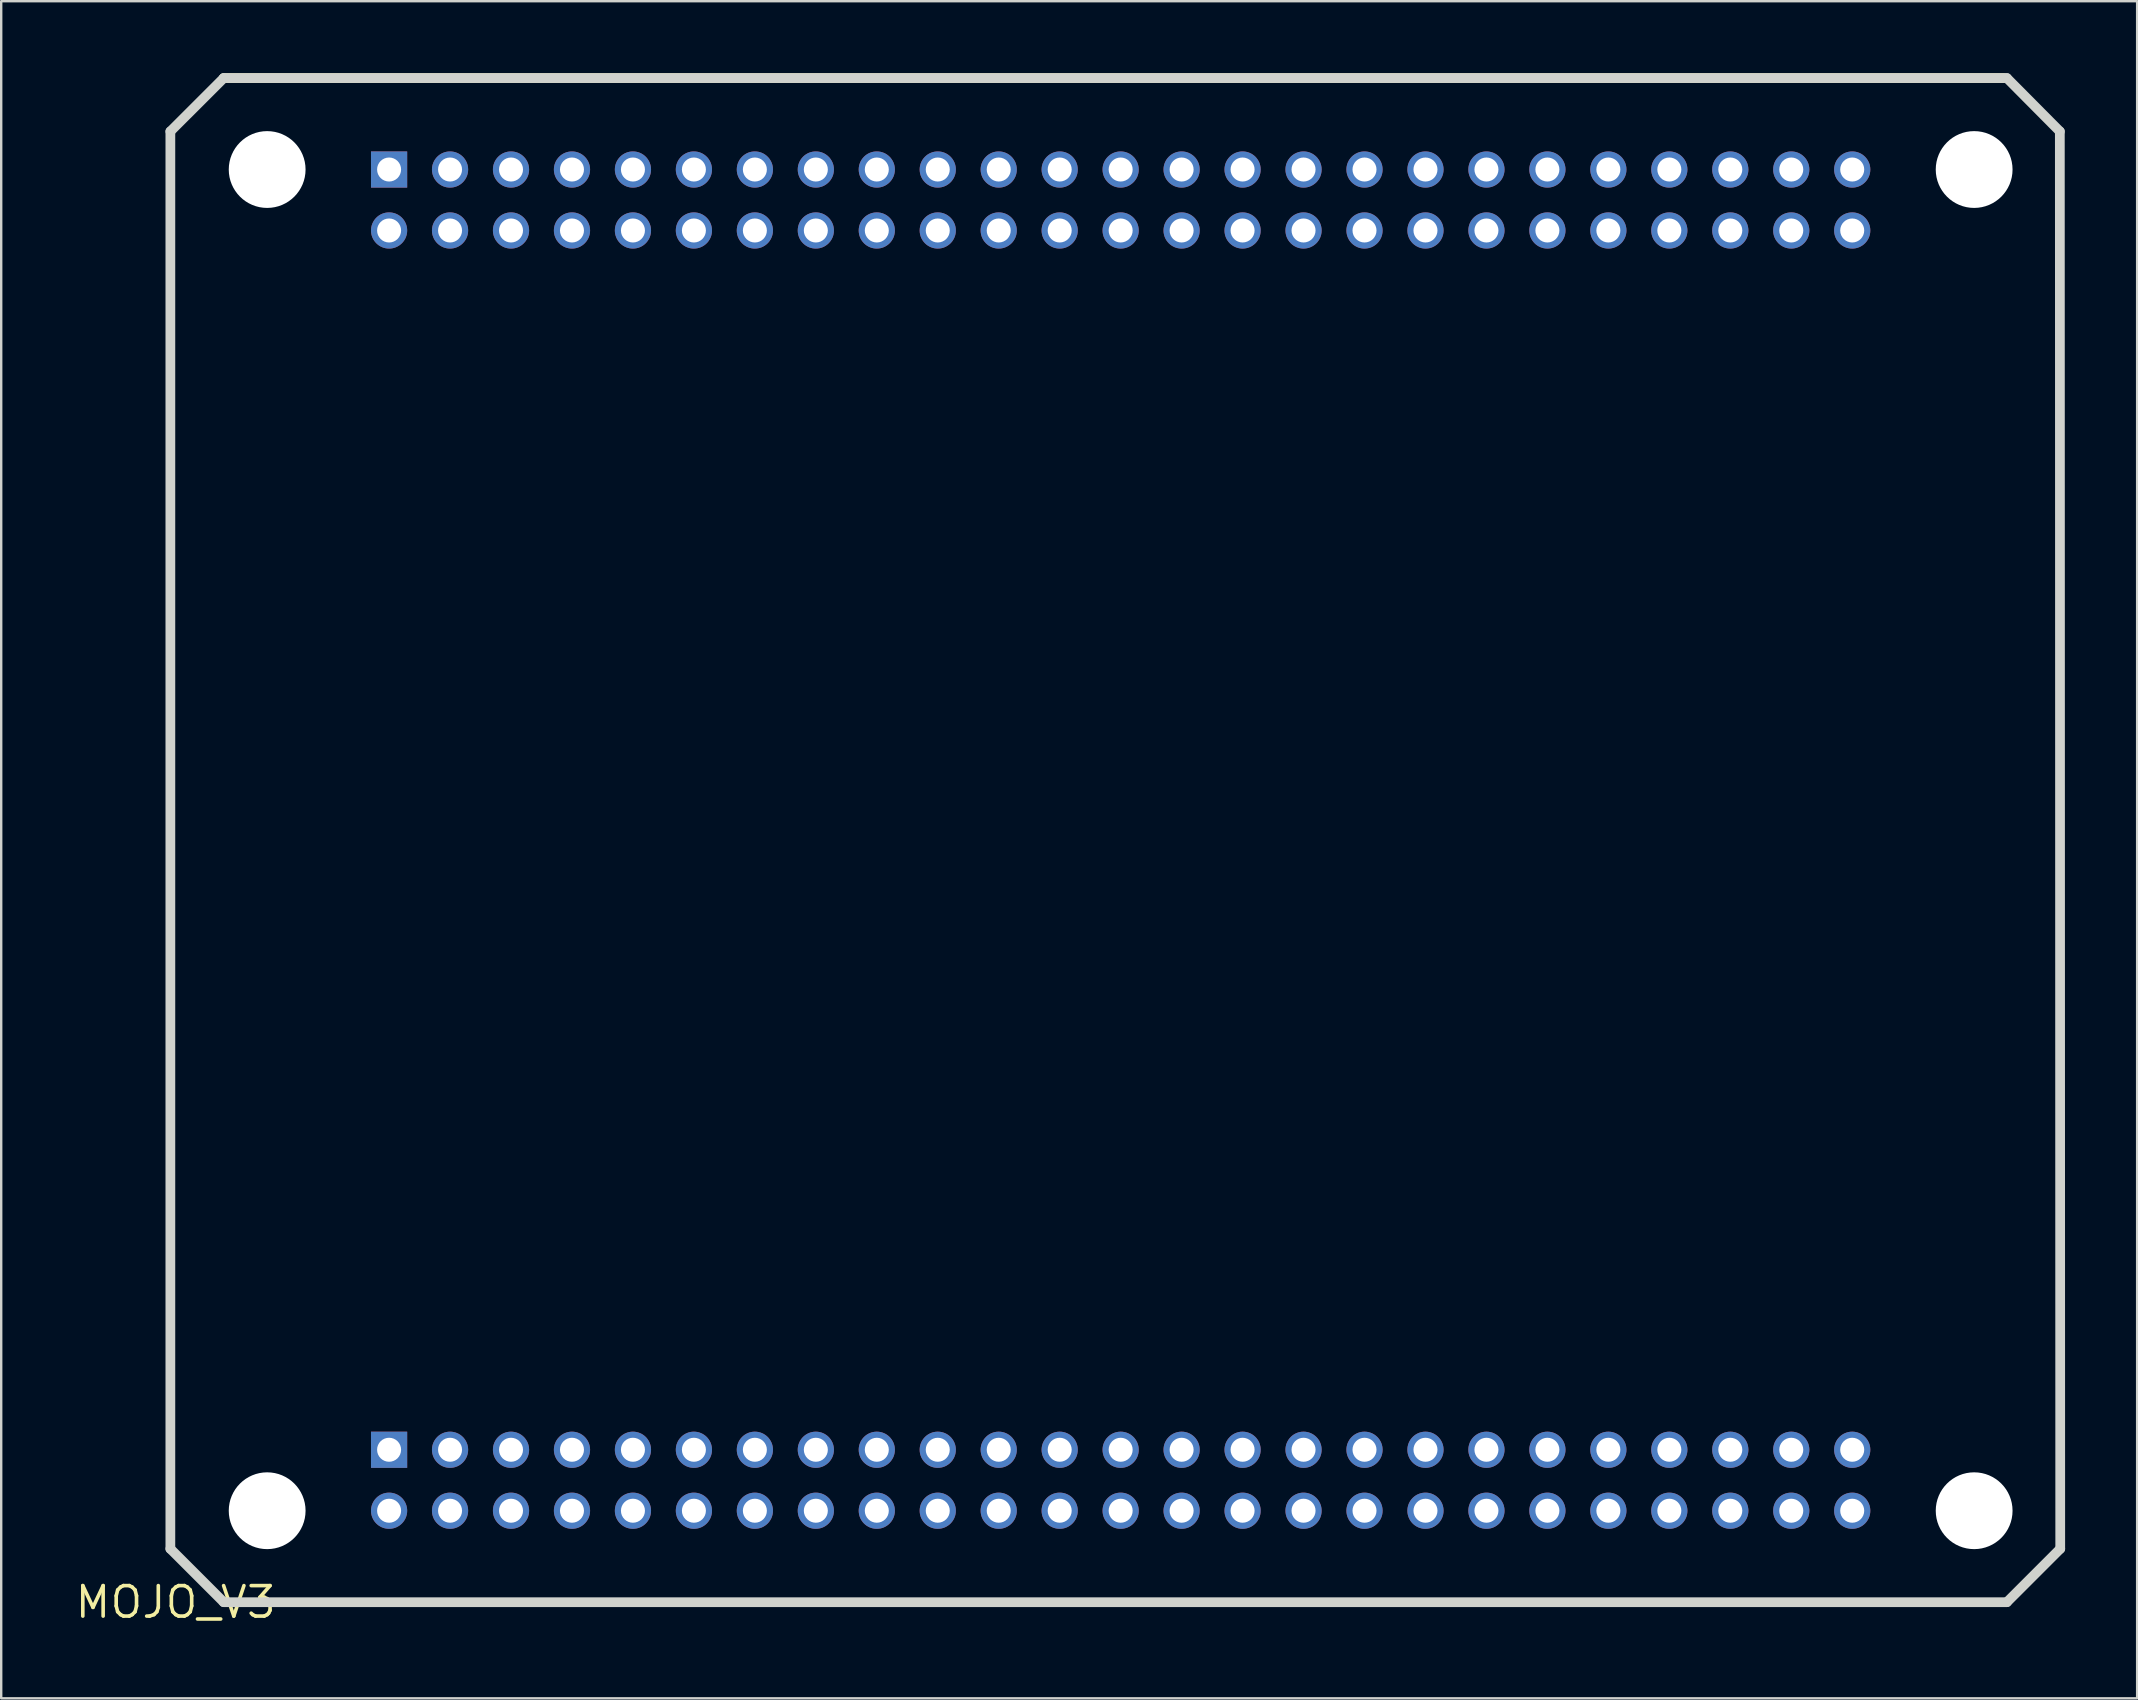
<source format=kicad_pcb>
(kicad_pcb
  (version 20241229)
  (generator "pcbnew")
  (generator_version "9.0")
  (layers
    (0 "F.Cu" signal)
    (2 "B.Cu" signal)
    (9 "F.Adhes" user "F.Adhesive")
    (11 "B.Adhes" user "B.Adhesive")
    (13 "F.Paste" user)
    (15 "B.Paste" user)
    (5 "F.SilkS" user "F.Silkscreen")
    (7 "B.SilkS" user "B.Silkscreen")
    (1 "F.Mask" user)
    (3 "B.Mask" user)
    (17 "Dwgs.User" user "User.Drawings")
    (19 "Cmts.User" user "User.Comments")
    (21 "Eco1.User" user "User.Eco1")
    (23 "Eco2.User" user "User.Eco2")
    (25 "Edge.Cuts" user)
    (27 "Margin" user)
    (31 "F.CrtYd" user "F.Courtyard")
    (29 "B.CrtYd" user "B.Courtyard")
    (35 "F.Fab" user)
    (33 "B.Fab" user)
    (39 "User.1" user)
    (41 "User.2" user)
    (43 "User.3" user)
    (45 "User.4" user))
  (footprint "MOJO_V3"
    (layer "F.Cu")
    (at 4.271 63.703)
    (property "Reference" "MOJO_V3" (at 0 0 0) (unlocked yes) (layer "F.SilkS") (effects (font (size 1.27 1.27) (thickness 0.15))))
    (fp_circle (center 3.81 -59.69) (end 6.1 -59.69) (stroke (width 0.61) (type solid)) (fill no) (layer "F.Mask"))
    (fp_circle (center 3.81 -3.81) (end 6.1 -3.81) (stroke (width 0.61) (type solid)) (fill no) (layer "F.Mask"))
    (fp_circle (center 74.93 -59.69) (end 77.22 -59.69) (stroke (width 0.61) (type solid)) (fill no) (layer "F.Mask"))
    (fp_circle (center 74.93 -3.81) (end 77.22 -3.81) (stroke (width 0.61) (type solid)) (fill no) (layer "F.Mask"))
    (fp_circle (center 3.81 -59.69) (end 6.1 -59.69) (stroke (width 0.61) (type solid)) (fill no) (layer "B.Mask"))
    (fp_circle (center 3.81 -3.81) (end 6.1 -3.81) (stroke (width 0.61) (type solid)) (fill no) (layer "B.Mask"))
    (fp_circle (center 74.93 -59.69) (end 77.22 -59.69) (stroke (width 0.61) (type solid)) (fill no) (layer "B.Mask"))
    (fp_circle (center 74.93 -3.81) (end 77.22 -3.81) (stroke (width 0.61) (type solid)) (fill no) (layer "B.Mask"))
    (fp_line (start 76.165 -63.5) (end 2 -63.5) (stroke (width 0.406) (type solid)) (layer "F.SilkS"))
    (fp_line (start -0.223 -61.278) (end -0.223 -2.223) (stroke (width 0.406) (type solid)) (layer "Edge.Cuts"))
    (fp_line (start -0.223 -2.223) (end 2 0) (stroke (width 0.406) (type solid)) (layer "Edge.Cuts"))
    (fp_line (start 2 -63.5) (end -0.223 -61.278) (stroke (width 0.406) (type solid)) (layer "Edge.Cuts"))
    (fp_line (start 2 0) (end 76.295 0) (stroke (width 0.406) (type solid)) (layer "Edge.Cuts"))
    (fp_line (start 76.295 -63.5) (end 2 -63.5) (stroke (width 0.406) (type solid)) (layer "Edge.Cuts"))
    (fp_line (start 76.295 0) (end 78.517 -2.223) (stroke (width 0.406) (type solid)) (layer "Edge.Cuts"))
    (fp_line (start 78.5 -61.278) (end 76.295 -63.5) (stroke (width 0.406) (type solid)) (layer "Edge.Cuts"))
    (fp_line (start 78.517 -2.223) (end 78.5 -61.278) (stroke (width 0.406) (type solid)) (layer "Edge.Cuts"))
    (fp_text user "124" (at 68.862 -61.403 0) (layer "F.Mask") (effects (font (size 0.666 0.666) (thickness 0.146)) (justify left bottom)))
    (fp_text user "27" (at 26.035 -61.403 0) (layer "F.Mask") (effects (font (size 0.666 0.666) (thickness 0.146)) (justify left bottom)))
    (fp_text user "119" (at 58.635 -8.062 0) (layer "F.Mask") (effects (font (size 0.666 0.666) (thickness 0.146)) (justify left bottom)))
    (fp_text user "117" (at 56.095 -8.062 0) (layer "F.Mask") (effects (font (size 0.666 0.666) (thickness 0.146)) (justify left bottom)))
    (fp_text user "14" (at 36.195 -54.61 0) (layer "F.Mask") (effects (font (size 0.666 0.666) (thickness 0.146)) (justify left bottom)))
    (fp_text user "88" (at 33.615 -8.062 0) (layer "F.Mask") (effects (font (size 0.666 0.666) (thickness 0.146)) (justify left bottom)))
    (fp_text user "24" (at 28.575 -61.403 0) (layer "F.Mask") (effects (font (size 0.666 0.666) (thickness 0.146)) (justify left bottom)))
    (fp_text user "GND" (at 68.862 -1.27 0) (layer "F.Mask") (effects (font (size 0.666 0.666) (thickness 0.146)) (justify left bottom)))
    (fp_text user "92" (at 36.155 -1.27 0) (layer "F.Mask") (effects (font (size 0.666 0.666) (thickness 0.146)) (justify left bottom)))
    (fp_text user "115" (at 53.555 -8.062 0) (layer "F.Mask") (effects (font (size 0.666 0.666) (thickness 0.146)) (justify left bottom)))
    (fp_text user "50" (at 13.335 -54.61 0) (layer "F.Mask") (effects (font (size 0.666 0.666) (thickness 0.146)) (justify left bottom)))
    (fp_text user "142" (at 53.595 -61.403 0) (layer "F.Mask") (effects (font (size 0.666 0.666) (thickness 0.146)) (justify left bottom)))
    (fp_text user "6" (at 46.672 -61.403 0) (layer "F.Mask") (effects (font (size 0.666 0.666) (thickness 0.146)) (justify left bottom)))
    (fp_text user "35" (at 18.415 -61.403 0) (layer "F.Mask") (effects (font (size 0.666 0.666) (thickness 0.146)) (justify left bottom)))
    (fp_text user "138" (at 58.675 -61.403 0) (layer "F.Mask") (effects (font (size 0.666 0.666) (thickness 0.146)) (justify left bottom)))
    (fp_text user "116" (at 56.095 -1.27 0) (layer "F.Mask") (effects (font (size 0.666 0.666) (thickness 0.146)) (justify left bottom)))
    (fp_text user "RAW" (at 7.87 -1.27 0) (layer "F.Mask") (effects (font (size 0.666 0.666) (thickness 0.146)) (justify left bottom)))
    (fp_text user "74" (at 20.915 -1.27 0) (layer "F.Mask") (effects (font (size 0.666 0.666) (thickness 0.146)) (justify left bottom)))
    (fp_text user "57" (at 15.835 -1.27 0) (layer "F.Mask") (effects (font (size 0.666 0.666) (thickness 0.146)) (justify left bottom)))
    (fp_text user "101" (at 45.935 -1.27 0) (layer "F.Mask") (effects (font (size 0.666 0.666) (thickness 0.146)) (justify left bottom)))
    (fp_text user "32" (at 20.955 -54.61 0) (layer "F.Mask") (effects (font (size 0.666 0.666) (thickness 0.146)) (justify left bottom)))
    (fp_text user "105" (at 48.475 -8.062 0) (layer "F.Mask") (effects (font (size 0.666 0.666) (thickness 0.146)) (justify left bottom)))
    (fp_text user "+V" (at 10.727 -1.27 0) (layer "F.Mask") (effects (font (size 0.666 0.666) (thickness 0.146)) (justify left bottom)))
    (fp_text user "26" (at 26.035 -54.61 0) (layer "F.Mask") (effects (font (size 0.666 0.666) (thickness 0.146)) (justify left bottom)))
    (fp_text user "140" (at 56.135 -61.403 0) (layer "F.Mask") (effects (font (size 0.666 0.666) (thickness 0.146)) (justify left bottom)))
    (fp_text user "40" (at 15.875 -54.61 0) (layer "F.Mask") (effects (font (size 0.666 0.666) (thickness 0.146)) (justify left bottom)))
    (fp_text user "97" (at 41.235 -1.27 0) (layer "F.Mask") (effects (font (size 0.666 0.666) (thickness 0.146)) (justify left bottom)))
    (fp_text user "85" (at 31.075 -8.062 0) (layer "F.Mask") (effects (font (size 0.666 0.666) (thickness 0.146)) (justify left bottom)))
    (fp_text user "118" (at 58.635 -1.27 0) (layer "F.Mask") (effects (font (size 0.666 0.666) (thickness 0.146)) (justify left bottom)))
    (fp_text user "84" (at 31.075 -1.27 0) (layer "F.Mask") (effects (font (size 0.666 0.666) (thickness 0.146)) (justify left bottom)))
    (fp_text user "TDI" (at 66.323 -8.062 0) (layer "F.Mask") (effects (font (size 0.666 0.666) (thickness 0.146)) (justify left bottom)))
    (fp_text user "100" (at 43.395 -8.062 0) (layer "F.Mask") (effects (font (size 0.666 0.666) (thickness 0.146)) (justify left bottom)))
    (fp_text user "10" (at 41.275 -61.403 0) (layer "F.Mask") (effects (font (size 0.666 0.666) (thickness 0.146)) (justify left bottom)))
    (fp_text user "94" (at 38.695 -1.27 0) (layer "F.Mask") (effects (font (size 0.666 0.666) (thickness 0.146)) (justify left bottom)))
    (fp_text user "22" (at 31.115 -61.403 0) (layer "F.Mask") (effects (font (size 0.666 0.666) (thickness 0.146)) (justify left bottom)))
    (fp_text user "127" (at 66.323 -61.403 0) (layer "F.Mask") (effects (font (size 0.666 0.666) (thickness 0.146)) (justify left bottom)))
    (fp_text user "79" (at 23.455 -8.062 0) (layer "F.Mask") (effects (font (size 0.666 0.666) (thickness 0.146)) (justify left bottom)))
    (fp_text user "GND" (at 10.382 -8.062 0) (layer "F.Mask") (effects (font (size 0.666 0.666) (thickness 0.146)) (justify left bottom)))
    (fp_text user "95" (at 38.695 -8.062 0) (layer "F.Mask") (effects (font (size 0.666 0.666) (thickness 0.146)) (justify left bottom)))
    (fp_text user "TCK" (at 66.323 -1.27 0) (layer "F.Mask") (effects (font (size 0.666 0.666) (thickness 0.146)) (justify left bottom)))
    (fp_text user "112" (at 51.015 -8.062 0) (layer "F.Mask") (effects (font (size 0.666 0.666) (thickness 0.146)) (justify left bottom)))
    (fp_text user "21" (at 31.115 -54.61 0) (layer "F.Mask") (effects (font (size 0.666 0.666) (thickness 0.146)) (justify left bottom)))
    (fp_text user "12" (at 38.735 -61.403 0) (layer "F.Mask") (effects (font (size 0.666 0.666) (thickness 0.146)) (justify left bottom)))
    (fp_text user "78" (at 23.455 -1.27 0) (layer "F.Mask") (effects (font (size 0.666 0.666) (thickness 0.146)) (justify left bottom)))
    (fp_text user "67" (at 18.375 -8.062 0) (layer "F.Mask") (effects (font (size 0.666 0.666) (thickness 0.146)) (justify left bottom)))
    (fp_text user "30" (at 23.495 -61.403 0) (layer "F.Mask") (effects (font (size 0.666 0.666) (thickness 0.146)) (justify left bottom)))
    (fp_text user "RST" (at 68.862 -8.062 0) (layer "F.Mask") (effects (font (size 0.666 0.666) (thickness 0.146)) (justify left bottom)))
    (fp_text user "144" (at 51.055 -61.403 0) (layer "F.Mask") (effects (font (size 0.666 0.666) (thickness 0.146)) (justify left bottom)))
    (fp_text user "TDO" (at 63.782 -1.27 0) (layer "F.Mask") (effects (font (size 0.666 0.666) (thickness 0.146)) (justify left bottom)))
    (fp_text user "16" (at 33.655 -54.61 0) (layer "F.Mask") (effects (font (size 0.666 0.666) (thickness 0.146)) (justify left bottom)))
    (fp_text user "98" (at 41.235 -8.062 0) (layer "F.Mask") (effects (font (size 0.666 0.666) (thickness 0.146)) (justify left bottom)))
    (fp_text user "GND" (at 7.874 -8.062 0) (layer "F.Mask") (effects (font (size 0.666 0.666) (thickness 0.146)) (justify left bottom)))
    (fp_text user "GND" (at 7.848 -61.403 0) (layer "F.Mask") (effects (font (size 0.666 0.666) (thickness 0.146)) (justify left bottom)))
    (fp_text user "134" (at 61.242 -61.403 0) (layer "F.Mask") (effects (font (size 0.666 0.666) (thickness 0.146)) (justify left bottom)))
    (fp_text user "81" (at 25.995 -8.062 0) (layer "F.Mask") (effects (font (size 0.666 0.666) (thickness 0.146)) (justify left bottom)))
    (fp_text user "75" (at 20.915 -8.062 0) (layer "F.Mask") (effects (font (size 0.666 0.666) (thickness 0.146)) (justify left bottom)))
    (fp_text user "58" (at 15.835 -8.062 0) (layer "F.Mask") (effects (font (size 0.666 0.666) (thickness 0.146)) (justify left bottom)))
    (fp_text user "111" (at 51.015 -1.27 0) (layer "F.Mask") (effects (font (size 0.666 0.666) (thickness 0.146)) (justify left bottom)))
    (fp_text user "+V" (at 10.477 -54.61 0) (layer "F.Mask") (effects (font (size 0.666 0.666) (thickness 0.146)) (justify left bottom)))
    (fp_text user "17" (at 33.655 -61.403 0) (layer "F.Mask") (effects (font (size 0.666 0.666) (thickness 0.146)) (justify left bottom)))
    (fp_text user "15" (at 36.195 -61.403 0) (layer "F.Mask") (effects (font (size 0.666 0.666) (thickness 0.146)) (justify left bottom)))
    (fp_text user "99" (at 43.712 -1.27 0) (layer "F.Mask") (effects (font (size 0.666 0.666) (thickness 0.146)) (justify left bottom)))
    (fp_text user "83" (at 28.535 -8.062 0) (layer "F.Mask") (effects (font (size 0.666 0.666) (thickness 0.146)) (justify left bottom)))
    (fp_text user "120" (at 61.175 -1.27 0) (layer "F.Mask") (effects (font (size 0.666 0.666) (thickness 0.146)) (justify left bottom)))
    (fp_text user "2" (at 49.212 -61.403 0) (layer "F.Mask") (effects (font (size 0.666 0.666) (thickness 0.146)) (justify left bottom)))
    (fp_text user "41" (at 15.875 -61.403 0) (layer "F.Mask") (effects (font (size 0.666 0.666) (thickness 0.146)) (justify left bottom)))
    (fp_text user "66" (at 18.375 -1.27 0) (layer "F.Mask") (effects (font (size 0.666 0.666) (thickness 0.146)) (justify left bottom)))
    (fp_text user "11" (at 38.735 -54.61 0) (layer "F.Mask") (effects (font (size 0.666 0.666) (thickness 0.146)) (justify left bottom)))
    (fp_text user "51" (at 13.335 -61.403 0) (layer "F.Mask") (effects (font (size 0.666 0.666) (thickness 0.146)) (justify left bottom)))
    (fp_text user "87" (at 33.615 -1.27 0) (layer "F.Mask") (effects (font (size 0.666 0.666) (thickness 0.146)) (justify left bottom)))
    (fp_text user "104" (at 48.475 -1.27 0) (layer "F.Mask") (effects (font (size 0.666 0.666) (thickness 0.146)) (justify left bottom)))
    (fp_text user "93" (at 36.155 -8.062 0) (layer "F.Mask") (effects (font (size 0.666 0.666) (thickness 0.146)) (justify left bottom)))
    (fp_text user "DONE" (at 12.585 -1.27 0) (layer "F.Mask") (effects (font (size 0.666 0.666) (thickness 0.146)) (justify left bottom)))
    (fp_text user "29" (at 23.495 -54.61 0) (layer "F.Mask") (effects (font (size 0.666 0.666) (thickness 0.146)) (justify left bottom)))
    (fp_text user "114" (at 53.555 -1.27 0) (layer "F.Mask") (effects (font (size 0.666 0.666) (thickness 0.146)) (justify left bottom)))
    (fp_text user "33" (at 20.955 -61.403 0) (layer "F.Mask") (effects (font (size 0.666 0.666) (thickness 0.146)) (justify left bottom)))
    (fp_text user "23" (at 28.575 -54.61 0) (layer "F.Mask") (effects (font (size 0.666 0.666) (thickness 0.146)) (justify left bottom)))
    (fp_text user "8" (at 44.133 -61.403 0) (layer "F.Mask") (effects (font (size 0.666 0.666) (thickness 0.146)) (justify left bottom)))
    (fp_text user "SUS" (at 12.96 -8.062 0) (layer "F.Mask") (effects (font (size 0.666 0.666) (thickness 0.146)) (justify left bottom)))
    (fp_text user "GND" (at 10.41 -61.403 0) (layer "F.Mask") (effects (font (size 0.666 0.666) (thickness 0.146)) (justify left bottom)))
    (fp_text user "102" (at 45.935 -8.062 0) (layer "F.Mask") (effects (font (size 0.666 0.666) (thickness 0.146)) (justify left bottom)))
    (fp_text user "82" (at 28.535 -1.27 0) (layer "F.Mask") (effects (font (size 0.666 0.666) (thickness 0.146)) (justify left bottom)))
    (fp_text user "RAW" (at 7.848 -54.59 0) (layer "F.Mask") (effects (font (size 0.666 0.666) (thickness 0.146)) (justify left bottom)))
    (fp_text user "34" (at 18.415 -54.61 0) (layer "F.Mask") (effects (font (size 0.666 0.666) (thickness 0.146)) (justify left bottom)))
    (fp_text user "TMS" (at 63.782 -8.062 0) (layer "F.Mask") (effects (font (size 0.666 0.666) (thickness 0.146)) (justify left bottom)))
    (fp_text user "80" (at 25.995 -1.27 0) (layer "F.Mask") (effects (font (size 0.666 0.666) (thickness 0.146)) (justify left bottom)))
    (fp_text user "121" (at 61.175 -8.062 0) (layer "F.Mask") (effects (font (size 0.666 0.666) (thickness 0.146)) (justify left bottom)))
    (fp_text user "132" (at 63.782 -61.403 0) (layer "F.Mask") (effects (font (size 0.666 0.666) (thickness 0.146)) (justify left bottom)))
    (pad "" np_thru_hole circle (at 3.81 -59.69) (size 3.2 3.2) (drill 3.2) (layers "*.Cu" "*.Mask"))
    (pad "" np_thru_hole circle (at 3.81 -3.81) (size 3.2 3.2) (drill 3.2) (layers "*.Cu" "*.Mask"))
    (pad "" np_thru_hole circle (at 74.93 -59.69) (size 3.2 3.2) (drill 3.2) (layers "*.Cu" "*.Mask"))
    (pad "" np_thru_hole circle (at 74.93 -3.81) (size 3.2 3.2) (drill 3.2) (layers "*.Cu" "*.Mask"))
    (pad "1" thru_hole circle (at 49.53 -57.15) (size 1.508 1.508) (drill 1) (layers "*.Cu" "*.Mask"))
    (pad "2" thru_hole circle (at 49.53 -59.69) (size 1.508 1.508) (drill 1) (layers "*.Cu" "*.Mask"))
    (pad "5" thru_hole circle (at 46.99 -57.15) (size 1.508 1.508) (drill 1) (layers "*.Cu" "*.Mask"))
    (pad "6" thru_hole circle (at 46.99 -59.69) (size 1.508 1.508) (drill 1) (layers "*.Cu" "*.Mask"))
    (pad "7" thru_hole circle (at 44.45 -57.15) (size 1.508 1.508) (drill 1) (layers "*.Cu" "*.Mask"))
    (pad "8" thru_hole circle (at 44.45 -59.69) (size 1.508 1.508) (drill 1) (layers "*.Cu" "*.Mask"))
    (pad "9" thru_hole circle (at 41.91 -57.15) (size 1.508 1.508) (drill 1) (layers "*.Cu" "*.Mask"))
    (pad "10" thru_hole circle (at 41.91 -59.69) (size 1.508 1.508) (drill 1) (layers "*.Cu" "*.Mask"))
    (pad "11" thru_hole circle (at 39.37 -57.15) (size 1.508 1.508) (drill 1) (layers "*.Cu" "*.Mask"))
    (pad "12" thru_hole circle (at 39.37 -59.69) (size 1.508 1.508) (drill 1) (layers "*.Cu" "*.Mask"))
    (pad "14" thru_hole circle (at 36.83 -57.15) (size 1.508 1.508) (drill 1) (layers "*.Cu" "*.Mask"))
    (pad "15" thru_hole circle (at 36.83 -59.69) (size 1.508 1.508) (drill 1) (layers "*.Cu" "*.Mask"))
    (pad "16" thru_hole circle (at 34.29 -57.15) (size 1.508 1.508) (drill 1) (layers "*.Cu" "*.Mask"))
    (pad "17" thru_hole circle (at 34.29 -59.69) (size 1.508 1.508) (drill 1) (layers "*.Cu" "*.Mask"))
    (pad "21" thru_hole circle (at 31.75 -57.15) (size 1.508 1.508) (drill 1) (layers "*.Cu" "*.Mask"))
    (pad "22" thru_hole circle (at 31.75 -59.69) (size 1.508 1.508) (drill 1) (layers "*.Cu" "*.Mask"))
    (pad "23" thru_hole circle (at 29.21 -57.15) (size 1.508 1.508) (drill 1) (layers "*.Cu" "*.Mask"))
    (pad "24" thru_hole circle (at 29.21 -59.69) (size 1.508 1.508) (drill 1) (layers "*.Cu" "*.Mask"))
    (pad "26" thru_hole circle (at 26.67 -57.15) (size 1.508 1.508) (drill 1) (layers "*.Cu" "*.Mask"))
    (pad "27" thru_hole circle (at 26.67 -59.69) (size 1.508 1.508) (drill 1) (layers "*.Cu" "*.Mask"))
    (pad "29" thru_hole circle (at 24.13 -57.15) (size 1.508 1.508) (drill 1) (layers "*.Cu" "*.Mask"))
    (pad "30" thru_hole circle (at 24.13 -59.69) (size 1.508 1.508) (drill 1) (layers "*.Cu" "*.Mask"))
    (pad "32" thru_hole circle (at 21.59 -57.15) (size 1.508 1.508) (drill 1) (layers "*.Cu" "*.Mask"))
    (pad "33" thru_hole circle (at 21.59 -59.69) (size 1.508 1.508) (drill 1) (layers "*.Cu" "*.Mask"))
    (pad "34" thru_hole circle (at 19.05 -57.15) (size 1.508 1.508) (drill 1) (layers "*.Cu" "*.Mask"))
    (pad "35" thru_hole circle (at 19.05 -59.69) (size 1.508 1.508) (drill 1) (layers "*.Cu" "*.Mask"))
    (pad "40" thru_hole circle (at 16.51 -57.15) (size 1.508 1.508) (drill 1) (layers "*.Cu" "*.Mask"))
    (pad "41" thru_hole circle (at 16.51 -59.69) (size 1.508 1.508) (drill 1) (layers "*.Cu" "*.Mask"))
    (pad "50" thru_hole circle (at 13.97 -57.15) (size 1.508 1.508) (drill 1) (layers "*.Cu" "*.Mask"))
    (pad "51" thru_hole circle (at 13.97 -59.69) (size 1.508 1.508) (drill 1) (layers "*.Cu" "*.Mask"))
    (pad "57" thru_hole circle (at 16.51 -3.81) (size 1.508 1.508) (drill 1) (layers "*.Cu" "*.Mask"))
    (pad "58" thru_hole circle (at 16.51 -6.35) (size 1.508 1.508) (drill 1) (layers "*.Cu" "*.Mask"))
    (pad "66" thru_hole circle (at 19.05 -3.81) (size 1.508 1.508) (drill 1) (layers "*.Cu" "*.Mask"))
    (pad "67" thru_hole circle (at 19.05 -6.35) (size 1.508 1.508) (drill 1) (layers "*.Cu" "*.Mask"))
    (pad "74" thru_hole circle (at 21.59 -3.81) (size 1.508 1.508) (drill 1) (layers "*.Cu" "*.Mask"))
    (pad "75" thru_hole circle (at 21.59 -6.35) (size 1.508 1.508) (drill 1) (layers "*.Cu" "*.Mask"))
    (pad "78" thru_hole circle (at 24.13 -3.81) (size 1.508 1.508) (drill 1) (layers "*.Cu" "*.Mask"))
    (pad "79" thru_hole circle (at 24.13 -6.35) (size 1.508 1.508) (drill 1) (layers "*.Cu" "*.Mask"))
    (pad "80" thru_hole circle (at 26.67 -3.81) (size 1.508 1.508) (drill 1) (layers "*.Cu" "*.Mask"))
    (pad "81" thru_hole circle (at 26.67 -6.35) (size 1.508 1.508) (drill 1) (layers "*.Cu" "*.Mask"))
    (pad "82" thru_hole circle (at 29.21 -3.81) (size 1.508 1.508) (drill 1) (layers "*.Cu" "*.Mask"))
    (pad "83" thru_hole circle (at 29.21 -6.35) (size 1.508 1.508) (drill 1) (layers "*.Cu" "*.Mask"))
    (pad "84" thru_hole circle (at 31.75 -3.81) (size 1.508 1.508) (drill 1) (layers "*.Cu" "*.Mask"))
    (pad "85" thru_hole circle (at 31.75 -6.35) (size 1.508 1.508) (drill 1) (layers "*.Cu" "*.Mask"))
    (pad "87" thru_hole circle (at 34.29 -3.81) (size 1.508 1.508) (drill 1) (layers "*.Cu" "*.Mask"))
    (pad "88" thru_hole circle (at 34.29 -6.35) (size 1.508 1.508) (drill 1) (layers "*.Cu" "*.Mask"))
    (pad "92" thru_hole circle (at 36.83 -3.81) (size 1.508 1.508) (drill 1) (layers "*.Cu" "*.Mask"))
    (pad "93" thru_hole circle (at 36.83 -6.35) (size 1.508 1.508) (drill 1) (layers "*.Cu" "*.Mask"))
    (pad "94" thru_hole circle (at 39.37 -3.81) (size 1.508 1.508) (drill 1) (layers "*.Cu" "*.Mask"))
    (pad "95" thru_hole circle (at 39.37 -6.35) (size 1.508 1.508) (drill 1) (layers "*.Cu" "*.Mask"))
    (pad "97" thru_hole circle (at 41.91 -3.81) (size 1.508 1.508) (drill 1) (layers "*.Cu" "*.Mask"))
    (pad "98" thru_hole circle (at 41.91 -6.35) (size 1.508 1.508) (drill 1) (layers "*.Cu" "*.Mask"))
    (pad "99" thru_hole circle (at 44.45 -3.81) (size 1.508 1.508) (drill 1) (layers "*.Cu" "*.Mask"))
    (pad "100" thru_hole circle (at 44.45 -6.35) (size 1.508 1.508) (drill 1) (layers "*.Cu" "*.Mask"))
    (pad "101" thru_hole circle (at 46.99 -3.81) (size 1.508 1.508) (drill 1) (layers "*.Cu" "*.Mask"))
    (pad "102" thru_hole circle (at 46.99 -6.35) (size 1.508 1.508) (drill 1) (layers "*.Cu" "*.Mask"))
    (pad "104" thru_hole circle (at 49.53 -3.81) (size 1.508 1.508) (drill 1) (layers "*.Cu" "*.Mask"))
    (pad "105" thru_hole circle (at 49.53 -6.35) (size 1.508 1.508) (drill 1) (layers "*.Cu" "*.Mask"))
    (pad "111" thru_hole circle (at 52.07 -3.81) (size 1.508 1.508) (drill 1) (layers "*.Cu" "*.Mask"))
    (pad "112" thru_hole circle (at 52.07 -6.35) (size 1.508 1.508) (drill 1) (layers "*.Cu" "*.Mask"))
    (pad "114" thru_hole circle (at 54.61 -3.81) (size 1.508 1.508) (drill 1) (layers "*.Cu" "*.Mask"))
    (pad "115" thru_hole circle (at 54.61 -6.35) (size 1.508 1.508) (drill 1) (layers "*.Cu" "*.Mask"))
    (pad "116" thru_hole circle (at 57.15 -3.81) (size 1.508 1.508) (drill 1) (layers "*.Cu" "*.Mask"))
    (pad "117" thru_hole circle (at 57.15 -6.35) (size 1.508 1.508) (drill 1) (layers "*.Cu" "*.Mask"))
    (pad "118" thru_hole circle (at 59.69 -3.81) (size 1.508 1.508) (drill 1) (layers "*.Cu" "*.Mask"))
    (pad "119" thru_hole circle (at 59.69 -6.35) (size 1.508 1.508) (drill 1) (layers "*.Cu" "*.Mask"))
    (pad "120" thru_hole circle (at 62.23 -3.81) (size 1.508 1.508) (drill 1) (layers "*.Cu" "*.Mask"))
    (pad "121" thru_hole circle (at 62.23 -6.35) (size 1.508 1.508) (drill 1) (layers "*.Cu" "*.Mask"))
    (pad "123" thru_hole circle (at 69.85 -57.15) (size 1.508 1.508) (drill 1) (layers "*.Cu" "*.Mask"))
    (pad "124" thru_hole circle (at 69.85 -59.69) (size 1.508 1.508) (drill 1) (layers "*.Cu" "*.Mask"))
    (pad "126" thru_hole circle (at 67.31 -57.15) (size 1.508 1.508) (drill 1) (layers "*.Cu" "*.Mask"))
    (pad "127" thru_hole circle (at 67.31 -59.69) (size 1.508 1.508) (drill 1) (layers "*.Cu" "*.Mask"))
    (pad "131" thru_hole circle (at 64.77 -57.15) (size 1.508 1.508) (drill 1) (layers "*.Cu" "*.Mask"))
    (pad "132" thru_hole circle (at 64.77 -59.69) (size 1.508 1.508) (drill 1) (layers "*.Cu" "*.Mask"))
    (pad "133" thru_hole circle (at 62.23 -57.15) (size 1.508 1.508) (drill 1) (layers "*.Cu" "*.Mask"))
    (pad "134" thru_hole circle (at 62.23 -59.69) (size 1.508 1.508) (drill 1) (layers "*.Cu" "*.Mask"))
    (pad "137" thru_hole circle (at 59.69 -57.15) (size 1.508 1.508) (drill 1) (layers "*.Cu" "*.Mask"))
    (pad "138" thru_hole circle (at 59.69 -59.69) (size 1.508 1.508) (drill 1) (layers "*.Cu" "*.Mask"))
    (pad "139" thru_hole circle (at 57.15 -57.15) (size 1.508 1.508) (drill 1) (layers "*.Cu" "*.Mask"))
    (pad "140" thru_hole circle (at 57.15 -59.69) (size 1.508 1.508) (drill 1) (layers "*.Cu" "*.Mask"))
    (pad "141" thru_hole circle (at 54.61 -57.15) (size 1.508 1.508) (drill 1) (layers "*.Cu" "*.Mask"))
    (pad "142" thru_hole circle (at 54.61 -59.69) (size 1.508 1.508) (drill 1) (layers "*.Cu" "*.Mask"))
    (pad "143" thru_hole circle (at 52.07 -57.15) (size 1.508 1.508) (drill 1) (layers "*.Cu" "*.Mask"))
    (pad "144" thru_hole circle (at 52.07 -59.69) (size 1.508 1.508) (drill 1) (layers "*.Cu" "*.Mask"))
    (pad "DONE" thru_hole circle (at 13.97 -3.81) (size 1.508 1.508) (drill 1) (layers "*.Cu" "*.Mask"))
    (pad "GND@1" thru_hole rect (at 8.89 -59.69) (size 1.508 1.508) (drill 1) (layers "*.Cu" "*.Mask"))
    (pad "GND@2" thru_hole circle (at 11.43 -59.69) (size 1.508 1.508) (drill 1) (layers "*.Cu" "*.Mask"))
    (pad "GND@3" thru_hole rect (at 8.89 -6.35) (size 1.508 1.508) (drill 1) (layers "*.Cu" "*.Mask"))
    (pad "GND@4" thru_hole circle (at 11.43 -6.35) (size 1.508 1.508) (drill 1) (layers "*.Cu" "*.Mask"))
    (pad "GND@6" thru_hole circle (at 69.85 -3.81) (size 1.508 1.508) (drill 1) (layers "*.Cu" "*.Mask"))
    (pad "RAW@1" thru_hole circle (at 8.89 -57.15) (size 1.508 1.508) (drill 1) (layers "*.Cu" "*.Mask"))
    (pad "RAW@2" thru_hole circle (at 8.89 -3.81) (size 1.508 1.508) (drill 1) (layers "*.Cu" "*.Mask"))
    (pad "RST" thru_hole circle (at 69.85 -6.35) (size 1.508 1.508) (drill 1) (layers "*.Cu" "*.Mask"))
    (pad "SUS" thru_hole circle (at 13.97 -6.35) (size 1.508 1.508) (drill 1) (layers "*.Cu" "*.Mask"))
    (pad "TCK" thru_hole circle (at 67.31 -3.81) (size 1.508 1.508) (drill 1) (layers "*.Cu" "*.Mask"))
    (pad "TDI" thru_hole circle (at 67.31 -6.35) (size 1.508 1.508) (drill 1) (layers "*.Cu" "*.Mask"))
    (pad "TDO" thru_hole circle (at 64.77 -3.81) (size 1.508 1.508) (drill 1) (layers "*.Cu" "*.Mask"))
    (pad "TMS" thru_hole circle (at 64.77 -6.35) (size 1.508 1.508) (drill 1) (layers "*.Cu" "*.Mask"))
    (pad "V@1" thru_hole circle (at 11.43 -57.15) (size 1.508 1.508) (drill 1) (layers "*.Cu" "*.Mask"))
    (pad "V@2" thru_hole circle (at 11.43 -3.81) (size 1.508 1.508) (drill 1) (layers "*.Cu" "*.Mask")))
  (gr_rect
    (start -3 -3)
    (end 85.992 67.709)
    (stroke (width 0.1) (type default))
    (fill no)
    (layer "Edge.Cuts")))
</source>
